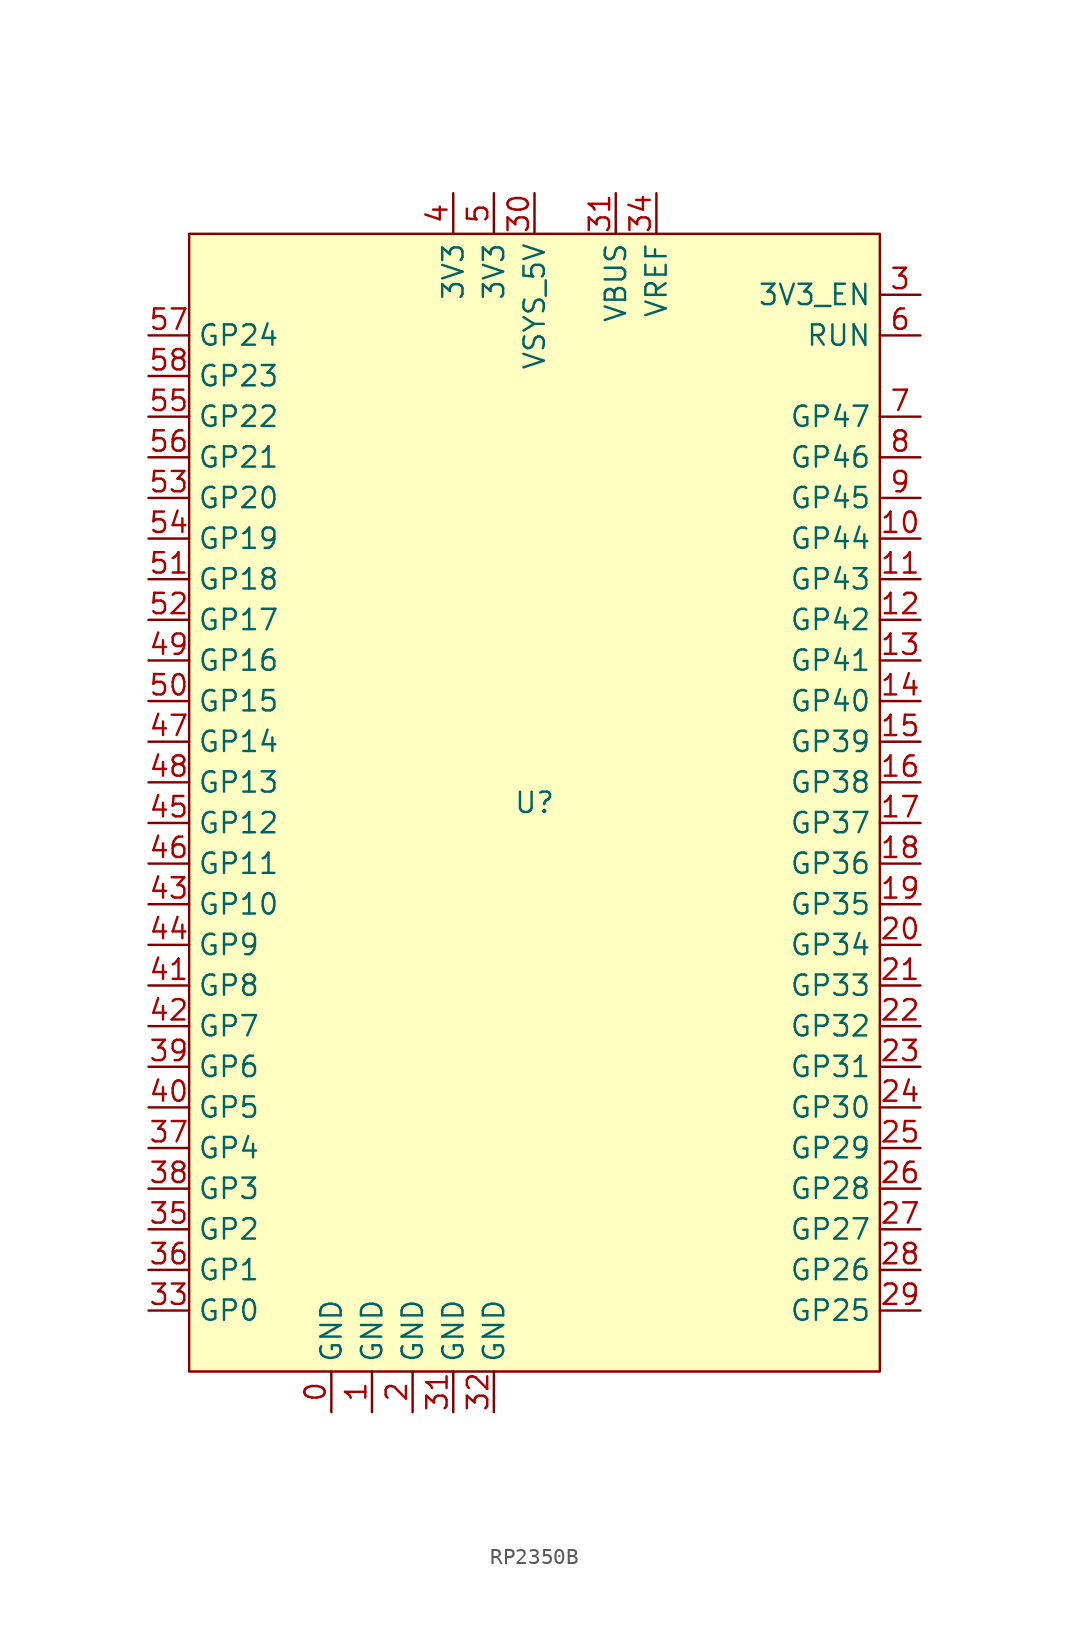
<source format=kicad_sym>
(kicad_symbol_lib
  (version 20231120)
  (generator "kicad_symbol_editor")
  (generator_version "8.0")
  (symbol "RP2350B"
    (property "Reference" "U"
      (at 0 0 0)
      (effects (font (size 1.27 1.27))))
    (property "Value" ""
      (at 0 0 0)
      (effects (font (size 1.27 1.27))))
    (symbol "RP2350B_1_1"
      (rectangle (start -21.59 35.56) (end 21.59 -35.56) (stroke (width 0) (type default)) (fill (type background)))
      (pin power_in line (at -12.7 -38.1 90) (length 2.54) (name "GND" (effects (font (size 1.27 1.27)))) (number "0" (effects (font (size 1.27 1.27)))))
      (pin power_in line (at -10.16 -38.1 90) (length 2.54) (name "GND" (effects (font (size 1.27 1.27)))) (number "1" (effects (font (size 1.27 1.27)))))
      (pin input line (at 24.13 16.51 180) (length 2.54) (name "GP44" (effects (font (size 1.27 1.27)))) (number "10" (effects (font (size 1.27 1.27)))))
      (pin input line (at 24.13 13.97 180) (length 2.54) (name "GP43" (effects (font (size 1.27 1.27)))) (number "11" (effects (font (size 1.27 1.27)))))
      (pin input line (at 24.13 11.43 180) (length 2.54) (name "GP42" (effects (font (size 1.27 1.27)))) (number "12" (effects (font (size 1.27 1.27)))))
      (pin input line (at 24.13 8.89 180) (length 2.54) (name "GP41" (effects (font (size 1.27 1.27)))) (number "13" (effects (font (size 1.27 1.27)))))
      (pin input line (at 24.13 6.35 180) (length 2.54) (name "GP40" (effects (font (size 1.27 1.27)))) (number "14" (effects (font (size 1.27 1.27)))))
      (pin input line (at 24.13 3.81 180) (length 2.54) (name "GP39" (effects (font (size 1.27 1.27)))) (number "15" (effects (font (size 1.27 1.27)))))
      (pin input line (at 24.13 1.27 180) (length 2.54) (name "GP38" (effects (font (size 1.27 1.27)))) (number "16" (effects (font (size 1.27 1.27)))))
      (pin input line (at 24.13 -1.27 180) (length 2.54) (name "GP37" (effects (font (size 1.27 1.27)))) (number "17" (effects (font (size 1.27 1.27)))))
      (pin input line (at 24.13 -3.81 180) (length 2.54) (name "GP36" (effects (font (size 1.27 1.27)))) (number "18" (effects (font (size 1.27 1.27)))))
      (pin input line (at 24.13 -6.35 180) (length 2.54) (name "GP35" (effects (font (size 1.27 1.27)))) (number "19" (effects (font (size 1.27 1.27)))))
      (pin power_in line (at -7.62 -38.1 90) (length 2.54) (name "GND" (effects (font (size 1.27 1.27)))) (number "2" (effects (font (size 1.27 1.27)))))
      (pin input line (at 24.13 -8.89 180) (length 2.54) (name "GP34" (effects (font (size 1.27 1.27)))) (number "20" (effects (font (size 1.27 1.27)))))
      (pin input line (at 24.13 -11.43 180) (length 2.54) (name "GP33" (effects (font (size 1.27 1.27)))) (number "21" (effects (font (size 1.27 1.27)))))
      (pin input line (at 24.13 -13.97 180) (length 2.54) (name "GP32" (effects (font (size 1.27 1.27)))) (number "22" (effects (font (size 1.27 1.27)))))
      (pin input line (at 24.13 -16.51 180) (length 2.54) (name "GP31" (effects (font (size 1.27 1.27)))) (number "23" (effects (font (size 1.27 1.27)))))
      (pin input line (at 24.13 -19.05 180) (length 2.54) (name "GP30" (effects (font (size 1.27 1.27)))) (number "24" (effects (font (size 1.27 1.27)))))
      (pin input line (at 24.13 -21.59 180) (length 2.54) (name "GP29" (effects (font (size 1.27 1.27)))) (number "25" (effects (font (size 1.27 1.27)))))
      (pin input line (at 24.13 -24.13 180) (length 2.54) (name "GP28" (effects (font (size 1.27 1.27)))) (number "26" (effects (font (size 1.27 1.27)))))
      (pin input line (at 24.13 -26.67 180) (length 2.54) (name "GP27" (effects (font (size 1.27 1.27)))) (number "27" (effects (font (size 1.27 1.27)))))
      (pin input line (at 24.13 -29.21 180) (length 2.54) (name "GP26" (effects (font (size 1.27 1.27)))) (number "28" (effects (font (size 1.27 1.27)))))
      (pin input line (at 24.13 -31.75 180) (length 2.54) (name "GP25" (effects (font (size 1.27 1.27)))) (number "29" (effects (font (size 1.27 1.27)))))
      (pin input line (at 24.13 31.75 180) (length 2.54) (name "3V3_EN" (effects (font (size 1.27 1.27)))) (number "3" (effects (font (size 1.27 1.27)))))
      (pin power_in line (at 0 38.1 270) (length 2.54) (name "VSYS_5V" (effects (font (size 1.27 1.27)))) (number "30" (effects (font (size 1.27 1.27)))))
      (pin power_in line (at -5.08 -38.1 90) (length 2.54) (name "GND" (effects (font (size 1.27 1.27)))) (number "31" (effects (font (size 1.27 1.27)))))
      (pin power_out line (at 5.08 38.1 270) (length 2.54) (name "VBUS" (effects (font (size 1.27 1.27)))) (number "31" (effects (font (size 1.27 1.27)))))
      (pin power_in line (at -2.54 -38.1 90) (length 2.54) (name "GND" (effects (font (size 1.27 1.27)))) (number "32" (effects (font (size 1.27 1.27)))))
      (pin input line (at -24.13 -31.75 0) (length 2.54) (name "GP0" (effects (font (size 1.27 1.27)))) (number "33" (effects (font (size 1.27 1.27)))))
      (pin power_in line (at 7.62 38.1 270) (length 2.54) (name "VREF" (effects (font (size 1.27 1.27)))) (number "34" (effects (font (size 1.27 1.27)))))
      (pin input line (at -24.13 -26.67 0) (length 2.54) (name "GP2" (effects (font (size 1.27 1.27)))) (number "35" (effects (font (size 1.27 1.27)))))
      (pin input line (at -24.13 -29.21 0) (length 2.54) (name "GP1" (effects (font (size 1.27 1.27)))) (number "36" (effects (font (size 1.27 1.27)))))
      (pin input line (at -24.13 -21.59 0) (length 2.54) (name "GP4" (effects (font (size 1.27 1.27)))) (number "37" (effects (font (size 1.27 1.27)))))
      (pin input line (at -24.13 -24.13 0) (length 2.54) (name "GP3" (effects (font (size 1.27 1.27)))) (number "38" (effects (font (size 1.27 1.27)))))
      (pin input line (at -24.13 -16.51 0) (length 2.54) (name "GP6" (effects (font (size 1.27 1.27)))) (number "39" (effects (font (size 1.27 1.27)))))
      (pin power_in line (at -5.08 38.1 270) (length 2.54) (name "3V3" (effects (font (size 1.27 1.27)))) (number "4" (effects (font (size 1.27 1.27)))))
      (pin input line (at -24.13 -19.05 0) (length 2.54) (name "GP5" (effects (font (size 1.27 1.27)))) (number "40" (effects (font (size 1.27 1.27)))))
      (pin input line (at -24.13 -11.43 0) (length 2.54) (name "GP8" (effects (font (size 1.27 1.27)))) (number "41" (effects (font (size 1.27 1.27)))))
      (pin input line (at -24.13 -13.97 0) (length 2.54) (name "GP7" (effects (font (size 1.27 1.27)))) (number "42" (effects (font (size 1.27 1.27)))))
      (pin input line (at -24.13 -6.35 0) (length 2.54) (name "GP10" (effects (font (size 1.27 1.27)))) (number "43" (effects (font (size 1.27 1.27)))))
      (pin input line (at -24.13 -8.89 0) (length 2.54) (name "GP9" (effects (font (size 1.27 1.27)))) (number "44" (effects (font (size 1.27 1.27)))))
      (pin input line (at -24.13 -1.27 0) (length 2.54) (name "GP12" (effects (font (size 1.27 1.27)))) (number "45" (effects (font (size 1.27 1.27)))))
      (pin input line (at -24.13 -3.81 0) (length 2.54) (name "GP11" (effects (font (size 1.27 1.27)))) (number "46" (effects (font (size 1.27 1.27)))))
      (pin input line (at -24.13 3.81 0) (length 2.54) (name "GP14" (effects (font (size 1.27 1.27)))) (number "47" (effects (font (size 1.27 1.27)))))
      (pin input line (at -24.13 1.27 0) (length 2.54) (name "GP13" (effects (font (size 1.27 1.27)))) (number "48" (effects (font (size 1.27 1.27)))))
      (pin input line (at -24.13 8.89 0) (length 2.54) (name "GP16" (effects (font (size 1.27 1.27)))) (number "49" (effects (font (size 1.27 1.27)))))
      (pin power_in line (at -2.54 38.1 270) (length 2.54) (name "3V3" (effects (font (size 1.27 1.27)))) (number "5" (effects (font (size 1.27 1.27)))))
      (pin input line (at -24.13 6.35 0) (length 2.54) (name "GP15" (effects (font (size 1.27 1.27)))) (number "50" (effects (font (size 1.27 1.27)))))
      (pin input line (at -24.13 13.97 0) (length 2.54) (name "GP18" (effects (font (size 1.27 1.27)))) (number "51" (effects (font (size 1.27 1.27)))))
      (pin input line (at -24.13 11.43 0) (length 2.54) (name "GP17" (effects (font (size 1.27 1.27)))) (number "52" (effects (font (size 1.27 1.27)))))
      (pin input line (at -24.13 19.05 0) (length 2.54) (name "GP20" (effects (font (size 1.27 1.27)))) (number "53" (effects (font (size 1.27 1.27)))))
      (pin input line (at -24.13 16.51 0) (length 2.54) (name "GP19" (effects (font (size 1.27 1.27)))) (number "54" (effects (font (size 1.27 1.27)))))
      (pin input line (at -24.13 24.13 0) (length 2.54) (name "GP22" (effects (font (size 1.27 1.27)))) (number "55" (effects (font (size 1.27 1.27)))))
      (pin input line (at -24.13 21.59 0) (length 2.54) (name "GP21" (effects (font (size 1.27 1.27)))) (number "56" (effects (font (size 1.27 1.27)))))
      (pin input line (at -24.13 29.21 0) (length 2.54) (name "GP24" (effects (font (size 1.27 1.27)))) (number "57" (effects (font (size 1.27 1.27)))))
      (pin input line (at -24.13 26.67 0) (length 2.54) (name "GP23" (effects (font (size 1.27 1.27)))) (number "58" (effects (font (size 1.27 1.27)))))
      (pin input line (at 24.13 29.21 180) (length 2.54) (name "RUN" (effects (font (size 1.27 1.27)))) (number "6" (effects (font (size 1.27 1.27)))))
      (pin input line (at 24.13 24.13 180) (length 2.54) (name "GP47" (effects (font (size 1.27 1.27)))) (number "7" (effects (font (size 1.27 1.27)))))
      (pin input line (at 24.13 21.59 180) (length 2.54) (name "GP46" (effects (font (size 1.27 1.27)))) (number "8" (effects (font (size 1.27 1.27)))))
      (pin input line (at 24.13 19.05 180) (length 2.54) (name "GP45" (effects (font (size 1.27 1.27)))) (number "9" (effects (font (size 1.27 1.27))))))))
</source>
